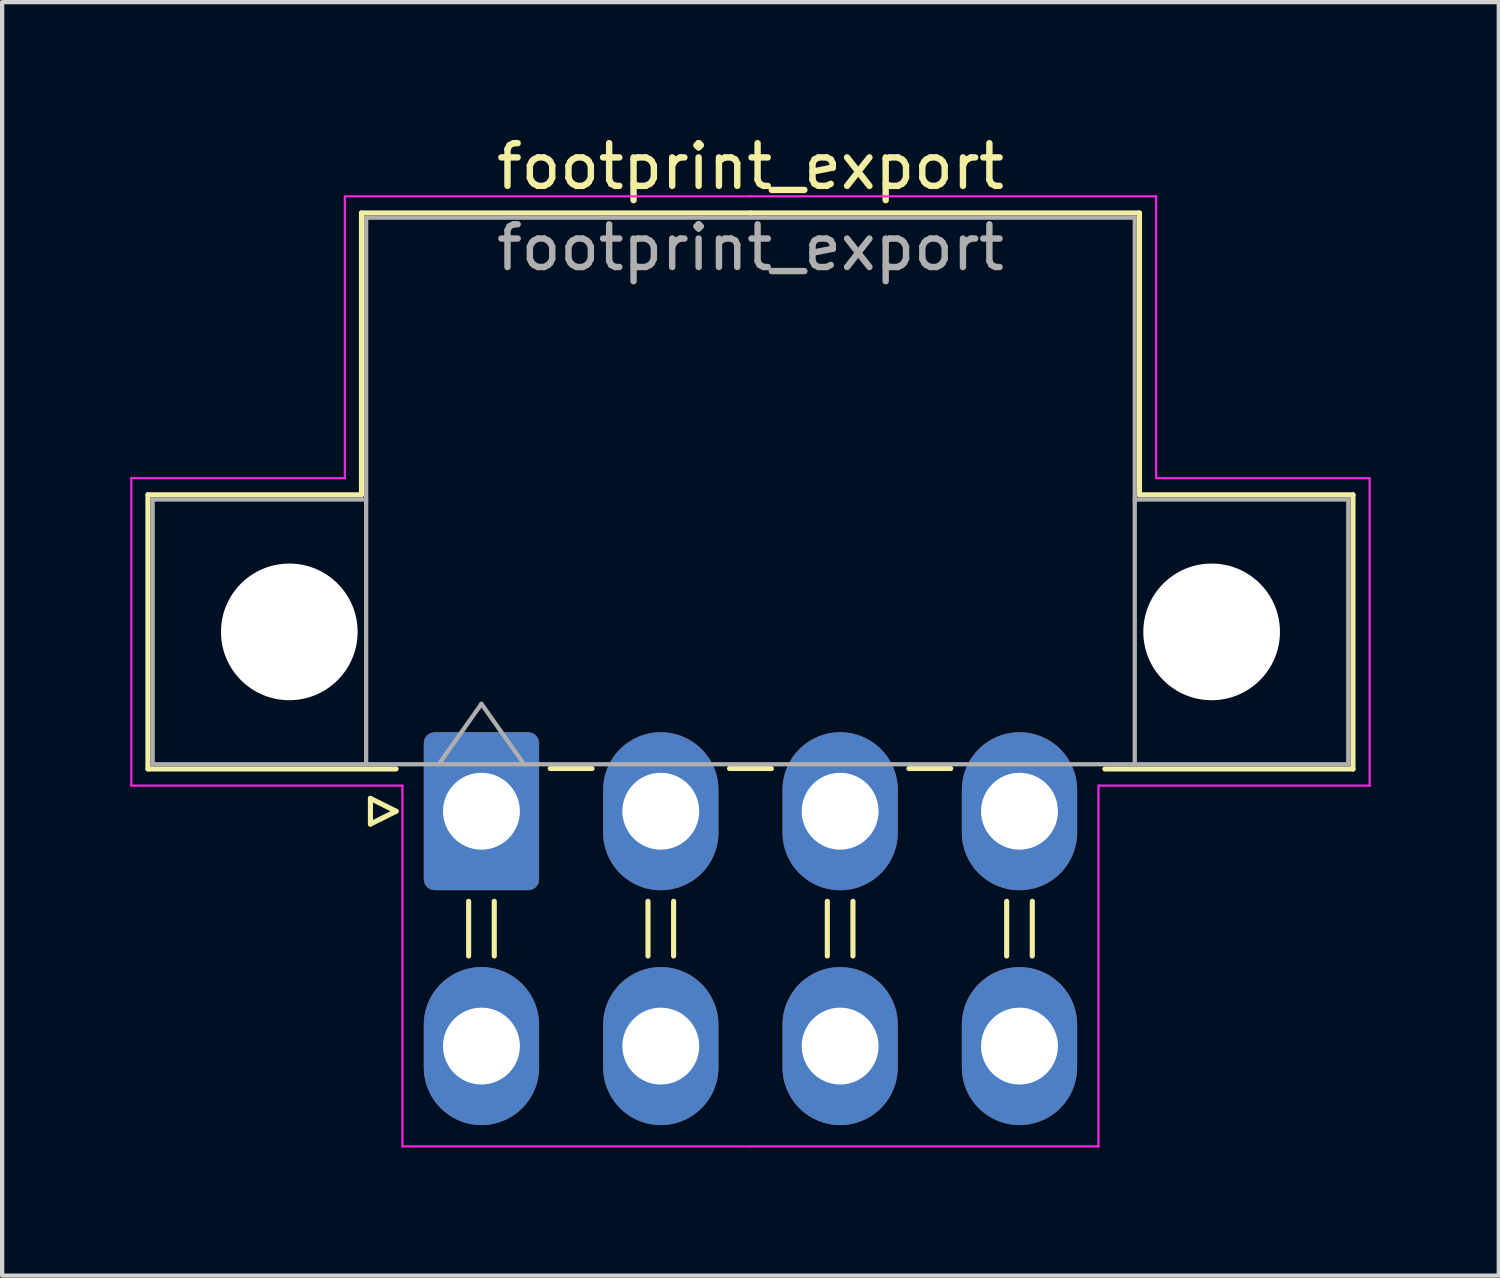
<source format=kicad_pcb>
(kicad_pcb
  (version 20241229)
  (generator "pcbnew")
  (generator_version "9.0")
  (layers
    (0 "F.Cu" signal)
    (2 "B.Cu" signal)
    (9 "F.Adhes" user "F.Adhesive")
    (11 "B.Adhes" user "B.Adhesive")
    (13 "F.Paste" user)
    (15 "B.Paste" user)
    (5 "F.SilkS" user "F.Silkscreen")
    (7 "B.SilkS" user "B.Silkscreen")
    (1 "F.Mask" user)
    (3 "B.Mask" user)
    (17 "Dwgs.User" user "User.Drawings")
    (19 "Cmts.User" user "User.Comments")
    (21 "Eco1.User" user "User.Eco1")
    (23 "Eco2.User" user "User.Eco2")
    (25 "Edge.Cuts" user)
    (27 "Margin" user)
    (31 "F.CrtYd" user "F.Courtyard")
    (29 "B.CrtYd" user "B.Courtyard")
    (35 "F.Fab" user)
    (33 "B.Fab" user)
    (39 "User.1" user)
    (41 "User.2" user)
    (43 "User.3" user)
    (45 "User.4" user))
  (footprint "footprint_export"
    (layer "F.Cu")
    (at 8.225 15.948)
    (property "Reference" "footprint_export" (at 6.3 -15.1 0) (layer "F.SilkS") (effects (font (size 1 1) (thickness 0.15))))
    (attr through_hole)
    (fp_line (start -7.81 -7.41) (end -7.81 -0.99) (stroke (width 0.12) (type solid)) (layer "F.SilkS"))
    (fp_line (start -7.81 -0.99) (end -2 -0.99) (stroke (width 0.12) (type solid)) (layer "F.SilkS"))
    (fp_line (start -2.81 -14.01) (end -2.81 -7.41) (stroke (width 0.12) (type solid)) (layer "F.SilkS"))
    (fp_line (start -2.81 -7.41) (end -7.81 -7.41) (stroke (width 0.12) (type solid)) (layer "F.SilkS"))
    (fp_line (start -2.6 -0.3) (end -2 0) (stroke (width 0.12) (type solid)) (layer "F.SilkS"))
    (fp_line (start -2.6 0.3) (end -2.6 -0.3) (stroke (width 0.12) (type solid)) (layer "F.SilkS"))
    (fp_line (start -2 0) (end -2.6 0.3) (stroke (width 0.12) (type solid)) (layer "F.SilkS"))
    (fp_line (start -0.3 2.11) (end -0.3 3.39) (stroke (width 0.12) (type solid)) (layer "F.SilkS"))
    (fp_line (start 0.3 2.11) (end 0.3 3.39) (stroke (width 0.12) (type solid)) (layer "F.SilkS"))
    (fp_line (start 1.61 -1) (end 2.59 -1) (stroke (width 0.12) (type solid)) (layer "F.SilkS"))
    (fp_line (start 3.9 2.11) (end 3.9 3.39) (stroke (width 0.12) (type solid)) (layer "F.SilkS"))
    (fp_line (start 4.5 2.11) (end 4.5 3.39) (stroke (width 0.12) (type solid)) (layer "F.SilkS"))
    (fp_line (start 5.81 -1) (end 6.79 -1) (stroke (width 0.12) (type solid)) (layer "F.SilkS"))
    (fp_line (start 6.3 -14.01) (end -2.81 -14.01) (stroke (width 0.12) (type solid)) (layer "F.SilkS"))
    (fp_line (start 6.3 -14.01) (end 15.41 -14.01) (stroke (width 0.12) (type solid)) (layer "F.SilkS"))
    (fp_line (start 8.1 2.11) (end 8.1 3.39) (stroke (width 0.12) (type solid)) (layer "F.SilkS"))
    (fp_line (start 8.7 2.11) (end 8.7 3.39) (stroke (width 0.12) (type solid)) (layer "F.SilkS"))
    (fp_line (start 10.01 -1) (end 10.99 -1) (stroke (width 0.12) (type solid)) (layer "F.SilkS"))
    (fp_line (start 12.3 2.11) (end 12.3 3.39) (stroke (width 0.12) (type solid)) (layer "F.SilkS"))
    (fp_line (start 12.9 2.11) (end 12.9 3.39) (stroke (width 0.12) (type solid)) (layer "F.SilkS"))
    (fp_line (start 15.41 -14.01) (end 15.41 -7.41) (stroke (width 0.12) (type solid)) (layer "F.SilkS"))
    (fp_line (start 15.41 -7.41) (end 20.41 -7.41) (stroke (width 0.12) (type solid)) (layer "F.SilkS"))
    (fp_line (start 20.41 -7.41) (end 20.41 -0.99) (stroke (width 0.12) (type solid)) (layer "F.SilkS"))
    (fp_line (start 20.41 -0.99) (end 14.6 -0.99) (stroke (width 0.12) (type solid)) (layer "F.SilkS"))
    (fp_line (start -8.2 -7.8) (end -8.2 -0.6) (stroke (width 0.05) (type solid)) (layer "F.CrtYd"))
    (fp_line (start -8.2 -0.6) (end -1.85 -0.6) (stroke (width 0.05) (type solid)) (layer "F.CrtYd"))
    (fp_line (start -3.2 -14.4) (end -3.2 -7.8) (stroke (width 0.05) (type solid)) (layer "F.CrtYd"))
    (fp_line (start -3.2 -7.8) (end -8.2 -7.8) (stroke (width 0.05) (type solid)) (layer "F.CrtYd"))
    (fp_line (start -1.85 -0.6) (end -1.85 7.85) (stroke (width 0.05) (type solid)) (layer "F.CrtYd"))
    (fp_line (start -1.85 7.85) (end 6.3 7.85) (stroke (width 0.05) (type solid)) (layer "F.CrtYd"))
    (fp_line (start 6.3 -14.4) (end -3.2 -14.4) (stroke (width 0.05) (type solid)) (layer "F.CrtYd"))
    (fp_line (start 6.3 -14.4) (end 15.8 -14.4) (stroke (width 0.05) (type solid)) (layer "F.CrtYd"))
    (fp_line (start 14.45 -0.6) (end 14.45 7.85) (stroke (width 0.05) (type solid)) (layer "F.CrtYd"))
    (fp_line (start 14.45 7.85) (end 6.3 7.85) (stroke (width 0.05) (type solid)) (layer "F.CrtYd"))
    (fp_line (start 15.8 -14.4) (end 15.8 -7.8) (stroke (width 0.05) (type solid)) (layer "F.CrtYd"))
    (fp_line (start 15.8 -7.8) (end 20.8 -7.8) (stroke (width 0.05) (type solid)) (layer "F.CrtYd"))
    (fp_line (start 20.8 -7.8) (end 20.8 -0.6) (stroke (width 0.05) (type solid)) (layer "F.CrtYd"))
    (fp_line (start 20.8 -0.6) (end 14.45 -0.6) (stroke (width 0.05) (type solid)) (layer "F.CrtYd"))
    (fp_line (start -7.7 -7.3) (end -7.7 -1.1) (stroke (width 0.1) (type solid)) (layer "F.Fab"))
    (fp_line (start -7.7 -1.1) (end -2.7 -1.1) (stroke (width 0.1) (type solid)) (layer "F.Fab"))
    (fp_line (start -2.7 -13.9) (end -2.7 -1.1) (stroke (width 0.1) (type solid)) (layer "F.Fab"))
    (fp_line (start -2.7 -7.3) (end -7.7 -7.3) (stroke (width 0.1) (type solid)) (layer "F.Fab"))
    (fp_line (start -2.7 -1.1) (end 15.3 -1.1) (stroke (width 0.1) (type solid)) (layer "F.Fab"))
    (fp_line (start -1 -1.1) (end 0 -2.514) (stroke (width 0.1) (type solid)) (layer "F.Fab"))
    (fp_line (start 0 -2.514) (end 1 -1.1) (stroke (width 0.1) (type solid)) (layer "F.Fab"))
    (fp_line (start 15.3 -13.9) (end -2.7 -13.9) (stroke (width 0.1) (type solid)) (layer "F.Fab"))
    (fp_line (start 15.3 -7.3) (end 20.3 -7.3) (stroke (width 0.1) (type solid)) (layer "F.Fab"))
    (fp_line (start 15.3 -1.1) (end 15.3 -13.9) (stroke (width 0.1) (type solid)) (layer "F.Fab"))
    (fp_line (start 20.3 -7.3) (end 20.3 -1.1) (stroke (width 0.1) (type solid)) (layer "F.Fab"))
    (fp_line (start 20.3 -1.1) (end 15.3 -1.1) (stroke (width 0.1) (type solid)) (layer "F.Fab"))
    (fp_text user "${REFERENCE}" (at 6.3 -13.2 0) (layer "F.Fab") (effects (font (size 1 1) (thickness 0.15))))
    (pad "" np_thru_hole circle (at -4.5 -4.2) (size 3.2 3.2) (drill 3.2) (layers "*.Cu" "*.Mask"))
    (pad "" np_thru_hole circle (at 17.1 -4.2) (size 3.2 3.2) (drill 3.2) (layers "*.Cu" "*.Mask"))
    (pad "1" thru_hole roundrect (at 0 0) (size 2.7 3.7) (drill 1.8) (layers "*.Cu" "*.Mask") (roundrect_rratio 0.093))
    (pad "2" thru_hole oval (at 4.2 0) (size 2.7 3.7) (drill 1.8) (layers "*.Cu" "*.Mask"))
    (pad "3" thru_hole oval (at 8.4 0) (size 2.7 3.7) (drill 1.8) (layers "*.Cu" "*.Mask"))
    (pad "4" thru_hole oval (at 12.6 0) (size 2.7 3.7) (drill 1.8) (layers "*.Cu" "*.Mask"))
    (pad "5" thru_hole oval (at 0 5.5) (size 2.7 3.7) (drill 1.8) (layers "*.Cu" "*.Mask"))
    (pad "6" thru_hole oval (at 4.2 5.5) (size 2.7 3.7) (drill 1.8) (layers "*.Cu" "*.Mask"))
    (pad "7" thru_hole oval (at 8.4 5.5) (size 2.7 3.7) (drill 1.8) (layers "*.Cu" "*.Mask"))
    (pad "8" thru_hole oval (at 12.6 5.5) (size 2.7 3.7) (drill 1.8) (layers "*.Cu" "*.Mask")))
  (gr_rect
    (start -3 -3)
    (end 32.05 26.823)
    (stroke (width 0.1) (type default))
    (fill no)
    (layer "Edge.Cuts")))
</source>
